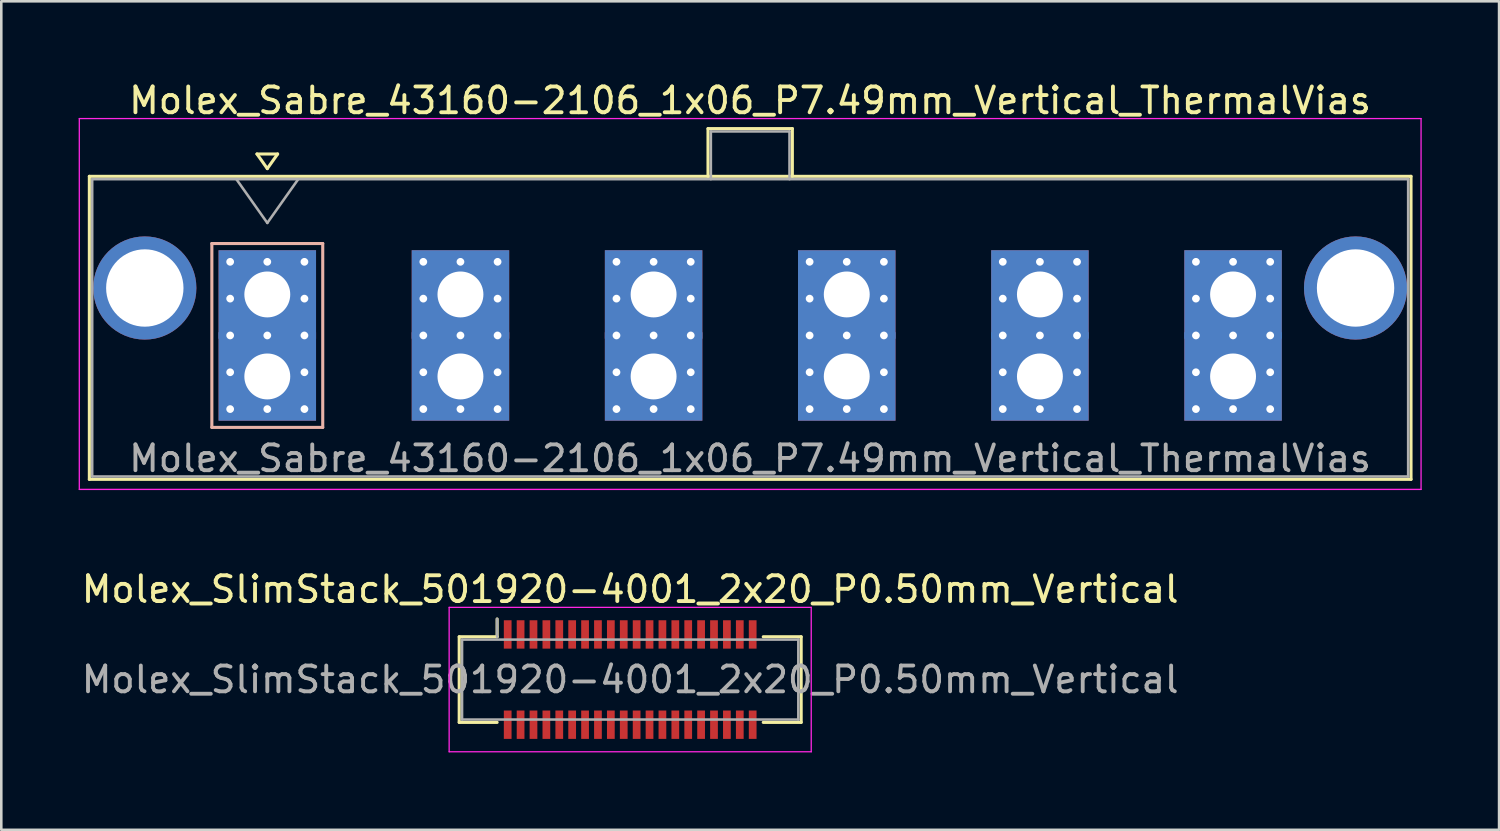
<source format=kicad_pcb>
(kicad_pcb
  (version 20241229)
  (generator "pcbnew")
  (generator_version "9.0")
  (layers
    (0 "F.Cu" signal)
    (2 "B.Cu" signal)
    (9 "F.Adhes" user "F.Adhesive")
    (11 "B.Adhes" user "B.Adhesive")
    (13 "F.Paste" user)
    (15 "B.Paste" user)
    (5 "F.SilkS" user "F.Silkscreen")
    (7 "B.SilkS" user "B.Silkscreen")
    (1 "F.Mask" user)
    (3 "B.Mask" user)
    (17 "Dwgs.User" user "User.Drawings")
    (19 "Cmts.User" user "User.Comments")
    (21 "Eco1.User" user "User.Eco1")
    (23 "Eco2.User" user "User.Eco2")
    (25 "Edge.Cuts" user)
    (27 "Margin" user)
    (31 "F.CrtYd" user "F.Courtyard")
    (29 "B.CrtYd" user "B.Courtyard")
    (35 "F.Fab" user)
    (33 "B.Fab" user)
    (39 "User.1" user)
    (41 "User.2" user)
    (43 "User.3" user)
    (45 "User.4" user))
  (footprint "Molex_Sabre_43160-2106_1x06_P7.49mm_Vertical_ThermalVias"
    (layer "F.Cu")
    (at 7.315 11.548)
    (property "Reference" "Molex_Sabre_43160-2106_1x06_P7.49mm_Vertical_ThermalVias" (at 18.72 -10.7 0) (layer "F.SilkS") (effects (font (size 1 1) (thickness 0.15))))
    (attr through_hole)
    (fp_line (start -6.9 -7.76) (end -6.9 3.99) (stroke (width 0.12) (type solid)) (layer "F.SilkS"))
    (fp_line (start -6.9 3.99) (end 44.35 3.99) (stroke (width 0.12) (type solid)) (layer "F.SilkS"))
    (fp_line (start -0.4 -8.626) (end 0 -8.06) (stroke (width 0.12) (type solid)) (layer "F.SilkS"))
    (fp_line (start 0 -8.06) (end 0.4 -8.626) (stroke (width 0.12) (type solid)) (layer "F.SilkS"))
    (fp_line (start 0.4 -8.626) (end -0.4 -8.626) (stroke (width 0.12) (type solid)) (layer "F.SilkS"))
    (fp_line (start 17.09 -9.61) (end 20.36 -9.61) (stroke (width 0.12) (type solid)) (layer "F.SilkS"))
    (fp_line (start 17.09 -7.76) (end 17.09 -9.61) (stroke (width 0.12) (type solid)) (layer "F.SilkS"))
    (fp_line (start 20.36 -9.61) (end 20.36 -7.76) (stroke (width 0.12) (type solid)) (layer "F.SilkS"))
    (fp_line (start 44.35 -7.76) (end -6.9 -7.76) (stroke (width 0.12) (type solid)) (layer "F.SilkS"))
    (fp_line (start 44.35 3.99) (end 44.35 -7.76) (stroke (width 0.12) (type solid)) (layer "F.SilkS"))
    (fp_line (start -2.15 -5.155) (end -2.15 1.975) (stroke (width 0.12) (type solid)) (layer "B.SilkS"))
    (fp_line (start -2.15 1.975) (end 2.15 1.975) (stroke (width 0.12) (type solid)) (layer "B.SilkS"))
    (fp_line (start 2.15 -5.155) (end -2.15 -5.155) (stroke (width 0.12) (type solid)) (layer "B.SilkS"))
    (fp_line (start 2.15 1.975) (end 2.15 -5.155) (stroke (width 0.12) (type solid)) (layer "B.SilkS"))
    (fp_line (start -7.29 -10) (end -7.29 4.38) (stroke (width 0.05) (type solid)) (layer "F.CrtYd"))
    (fp_line (start -7.29 4.38) (end 44.74 4.38) (stroke (width 0.05) (type solid)) (layer "F.CrtYd"))
    (fp_line (start 44.74 -10) (end -7.29 -10) (stroke (width 0.05) (type solid)) (layer "F.CrtYd"))
    (fp_line (start 44.74 4.38) (end 44.74 -10) (stroke (width 0.05) (type solid)) (layer "F.CrtYd"))
    (fp_line (start -6.79 -7.65) (end -6.79 3.88) (stroke (width 0.1) (type solid)) (layer "F.Fab"))
    (fp_line (start -6.79 3.88) (end 44.24 3.88) (stroke (width 0.1) (type solid)) (layer "F.Fab"))
    (fp_line (start -1.2 -7.65) (end 0 -5.953) (stroke (width 0.1) (type solid)) (layer "F.Fab"))
    (fp_line (start 0 -5.953) (end 1.2 -7.65) (stroke (width 0.1) (type solid)) (layer "F.Fab"))
    (fp_line (start 17.2 -9.5) (end 20.25 -9.5) (stroke (width 0.1) (type solid)) (layer "F.Fab"))
    (fp_line (start 17.2 -7.65) (end 17.2 -9.5) (stroke (width 0.1) (type solid)) (layer "F.Fab"))
    (fp_line (start 20.25 -9.5) (end 20.25 -7.65) (stroke (width 0.1) (type solid)) (layer "F.Fab"))
    (fp_line (start 44.24 -7.65) (end -6.79 -7.65) (stroke (width 0.1) (type solid)) (layer "F.Fab"))
    (fp_line (start 44.24 3.88) (end 44.24 -7.65) (stroke (width 0.1) (type solid)) (layer "F.Fab"))
    (fp_text user "${REFERENCE}" (at 18.72 3.18 0) (layer "F.Fab") (effects (font (size 1 1) (thickness 0.15))))
    (pad "" thru_hole circle (at -4.75 -3.43) (size 4 4) (drill 3) (layers "*.Cu" "*.Mask"))
    (pad "" thru_hole circle (at 42.2 -3.43) (size 4 4) (drill 3) (layers "*.Cu" "*.Mask"))
    (pad "1" thru_hole rect (at -1.44 -4.445) (size 0.6 0.6) (drill 0.3) (layers "*.Cu" "*.Mask"))
    (pad "1" thru_hole rect (at -1.44 -3.018) (size 0.6 0.6) (drill 0.3) (layers "*.Cu" "*.Mask"))
    (pad "1" thru_hole rect (at -1.44 -1.59) (size 0.6 0.6) (drill 0.3) (layers "*.Cu" "*.Mask"))
    (pad "1" thru_hole rect (at -1.44 -0.163) (size 0.6 0.6) (drill 0.3) (layers "*.Cu" "*.Mask"))
    (pad "1" thru_hole rect (at -1.44 1.265) (size 0.6 0.6) (drill 0.3) (layers "*.Cu" "*.Mask"))
    (pad "1" thru_hole rect (at 0 -4.445) (size 0.6 0.6) (drill 0.3) (layers "*.Cu" "*.Mask"))
    (pad "1" thru_hole rect (at 0 -3.18) (size 3.78 3.43) (drill 1.78) (layers "*.Cu" "*.Mask"))
    (pad "1" thru_hole rect (at 0 -1.59) (size 0.6 0.6) (drill 0.3) (layers "*.Cu" "*.Mask"))
    (pad "1" thru_hole rect (at 0 0) (size 3.78 3.43) (drill 1.78) (layers "*.Cu" "*.Mask"))
    (pad "1" thru_hole rect (at 0 1.265) (size 0.6 0.6) (drill 0.3) (layers "*.Cu" "*.Mask"))
    (pad "1" thru_hole rect (at 1.44 -4.445) (size 0.6 0.6) (drill 0.3) (layers "*.Cu" "*.Mask"))
    (pad "1" thru_hole rect (at 1.44 -3.018) (size 0.6 0.6) (drill 0.3) (layers "*.Cu" "*.Mask"))
    (pad "1" thru_hole rect (at 1.44 -1.59) (size 0.6 0.6) (drill 0.3) (layers "*.Cu" "*.Mask"))
    (pad "1" thru_hole rect (at 1.44 -0.163) (size 0.6 0.6) (drill 0.3) (layers "*.Cu" "*.Mask"))
    (pad "1" thru_hole rect (at 1.44 1.265) (size 0.6 0.6) (drill 0.3) (layers "*.Cu" "*.Mask"))
    (pad "2" thru_hole circle (at 6.05 -4.445) (size 0.6 0.6) (drill 0.3) (layers "*.Cu" "*.Mask"))
    (pad "2" thru_hole circle (at 6.05 -3.018) (size 0.6 0.6) (drill 0.3) (layers "*.Cu" "*.Mask"))
    (pad "2" thru_hole circle (at 6.05 -1.59) (size 0.6 0.6) (drill 0.3) (layers "*.Cu" "*.Mask"))
    (pad "2" thru_hole circle (at 6.05 -0.163) (size 0.6 0.6) (drill 0.3) (layers "*.Cu" "*.Mask"))
    (pad "2" thru_hole circle (at 6.05 1.265) (size 0.6 0.6) (drill 0.3) (layers "*.Cu" "*.Mask"))
    (pad "2" thru_hole circle (at 7.49 -4.445) (size 0.6 0.6) (drill 0.3) (layers "*.Cu" "*.Mask"))
    (pad "2" thru_hole rect (at 7.49 -3.18) (size 3.78 3.43) (drill 1.78) (layers "*.Cu" "*.Mask"))
    (pad "2" thru_hole circle (at 7.49 -1.59) (size 0.6 0.6) (drill 0.3) (layers "*.Cu" "*.Mask"))
    (pad "2" thru_hole rect (at 7.49 0) (size 3.78 3.43) (drill 1.78) (layers "*.Cu" "*.Mask"))
    (pad "2" thru_hole circle (at 7.49 1.265) (size 0.6 0.6) (drill 0.3) (layers "*.Cu" "*.Mask"))
    (pad "2" thru_hole circle (at 8.93 -4.445) (size 0.6 0.6) (drill 0.3) (layers "*.Cu" "*.Mask"))
    (pad "2" thru_hole circle (at 8.93 -3.018) (size 0.6 0.6) (drill 0.3) (layers "*.Cu" "*.Mask"))
    (pad "2" thru_hole circle (at 8.93 -1.59) (size 0.6 0.6) (drill 0.3) (layers "*.Cu" "*.Mask"))
    (pad "2" thru_hole circle (at 8.93 -0.163) (size 0.6 0.6) (drill 0.3) (layers "*.Cu" "*.Mask"))
    (pad "2" thru_hole circle (at 8.93 1.265) (size 0.6 0.6) (drill 0.3) (layers "*.Cu" "*.Mask"))
    (pad "3" thru_hole circle (at 13.54 -4.445) (size 0.6 0.6) (drill 0.3) (layers "*.Cu" "*.Mask"))
    (pad "3" thru_hole circle (at 13.54 -3.018) (size 0.6 0.6) (drill 0.3) (layers "*.Cu" "*.Mask"))
    (pad "3" thru_hole circle (at 13.54 -1.59) (size 0.6 0.6) (drill 0.3) (layers "*.Cu" "*.Mask"))
    (pad "3" thru_hole circle (at 13.54 -0.163) (size 0.6 0.6) (drill 0.3) (layers "*.Cu" "*.Mask"))
    (pad "3" thru_hole circle (at 13.54 1.265) (size 0.6 0.6) (drill 0.3) (layers "*.Cu" "*.Mask"))
    (pad "3" thru_hole circle (at 14.98 -4.445) (size 0.6 0.6) (drill 0.3) (layers "*.Cu" "*.Mask"))
    (pad "3" thru_hole rect (at 14.98 -3.18) (size 3.78 3.43) (drill 1.78) (layers "*.Cu" "*.Mask"))
    (pad "3" thru_hole circle (at 14.98 -1.59) (size 0.6 0.6) (drill 0.3) (layers "*.Cu" "*.Mask"))
    (pad "3" thru_hole rect (at 14.98 0) (size 3.78 3.43) (drill 1.78) (layers "*.Cu" "*.Mask"))
    (pad "3" thru_hole circle (at 14.98 1.265) (size 0.6 0.6) (drill 0.3) (layers "*.Cu" "*.Mask"))
    (pad "3" thru_hole circle (at 16.42 -4.445) (size 0.6 0.6) (drill 0.3) (layers "*.Cu" "*.Mask"))
    (pad "3" thru_hole circle (at 16.42 -3.018) (size 0.6 0.6) (drill 0.3) (layers "*.Cu" "*.Mask"))
    (pad "3" thru_hole circle (at 16.42 -1.59) (size 0.6 0.6) (drill 0.3) (layers "*.Cu" "*.Mask"))
    (pad "3" thru_hole circle (at 16.42 -0.163) (size 0.6 0.6) (drill 0.3) (layers "*.Cu" "*.Mask"))
    (pad "3" thru_hole circle (at 16.42 1.265) (size 0.6 0.6) (drill 0.3) (layers "*.Cu" "*.Mask"))
    (pad "4" thru_hole circle (at 21.03 -4.445) (size 0.6 0.6) (drill 0.3) (layers "*.Cu" "*.Mask"))
    (pad "4" thru_hole circle (at 21.03 -3.018) (size 0.6 0.6) (drill 0.3) (layers "*.Cu" "*.Mask"))
    (pad "4" thru_hole circle (at 21.03 -1.59) (size 0.6 0.6) (drill 0.3) (layers "*.Cu" "*.Mask"))
    (pad "4" thru_hole circle (at 21.03 -0.163) (size 0.6 0.6) (drill 0.3) (layers "*.Cu" "*.Mask"))
    (pad "4" thru_hole circle (at 21.03 1.265) (size 0.6 0.6) (drill 0.3) (layers "*.Cu" "*.Mask"))
    (pad "4" thru_hole circle (at 22.47 -4.445) (size 0.6 0.6) (drill 0.3) (layers "*.Cu" "*.Mask"))
    (pad "4" thru_hole rect (at 22.47 -3.18) (size 3.78 3.43) (drill 1.78) (layers "*.Cu" "*.Mask"))
    (pad "4" thru_hole circle (at 22.47 -1.59) (size 0.6 0.6) (drill 0.3) (layers "*.Cu" "*.Mask"))
    (pad "4" thru_hole rect (at 22.47 0) (size 3.78 3.43) (drill 1.78) (layers "*.Cu" "*.Mask"))
    (pad "4" thru_hole circle (at 22.47 1.265) (size 0.6 0.6) (drill 0.3) (layers "*.Cu" "*.Mask"))
    (pad "4" thru_hole circle (at 23.91 -4.445) (size 0.6 0.6) (drill 0.3) (layers "*.Cu" "*.Mask"))
    (pad "4" thru_hole circle (at 23.91 -3.018) (size 0.6 0.6) (drill 0.3) (layers "*.Cu" "*.Mask"))
    (pad "4" thru_hole circle (at 23.91 -1.59) (size 0.6 0.6) (drill 0.3) (layers "*.Cu" "*.Mask"))
    (pad "4" thru_hole circle (at 23.91 -0.163) (size 0.6 0.6) (drill 0.3) (layers "*.Cu" "*.Mask"))
    (pad "4" thru_hole circle (at 23.91 1.265) (size 0.6 0.6) (drill 0.3) (layers "*.Cu" "*.Mask"))
    (pad "5" thru_hole circle (at 28.52 -4.445) (size 0.6 0.6) (drill 0.3) (layers "*.Cu" "*.Mask"))
    (pad "5" thru_hole circle (at 28.52 -3.018) (size 0.6 0.6) (drill 0.3) (layers "*.Cu" "*.Mask"))
    (pad "5" thru_hole circle (at 28.52 -1.59) (size 0.6 0.6) (drill 0.3) (layers "*.Cu" "*.Mask"))
    (pad "5" thru_hole circle (at 28.52 -0.163) (size 0.6 0.6) (drill 0.3) (layers "*.Cu" "*.Mask"))
    (pad "5" thru_hole circle (at 28.52 1.265) (size 0.6 0.6) (drill 0.3) (layers "*.Cu" "*.Mask"))
    (pad "5" thru_hole circle (at 29.96 -4.445) (size 0.6 0.6) (drill 0.3) (layers "*.Cu" "*.Mask"))
    (pad "5" thru_hole rect (at 29.96 -3.18) (size 3.78 3.43) (drill 1.78) (layers "*.Cu" "*.Mask"))
    (pad "5" thru_hole circle (at 29.96 -1.59) (size 0.6 0.6) (drill 0.3) (layers "*.Cu" "*.Mask"))
    (pad "5" thru_hole rect (at 29.96 0) (size 3.78 3.43) (drill 1.78) (layers "*.Cu" "*.Mask"))
    (pad "5" thru_hole circle (at 29.96 1.265) (size 0.6 0.6) (drill 0.3) (layers "*.Cu" "*.Mask"))
    (pad "5" thru_hole circle (at 31.4 -4.445) (size 0.6 0.6) (drill 0.3) (layers "*.Cu" "*.Mask"))
    (pad "5" thru_hole circle (at 31.4 -3.018) (size 0.6 0.6) (drill 0.3) (layers "*.Cu" "*.Mask"))
    (pad "5" thru_hole circle (at 31.4 -1.59) (size 0.6 0.6) (drill 0.3) (layers "*.Cu" "*.Mask"))
    (pad "5" thru_hole circle (at 31.4 -0.163) (size 0.6 0.6) (drill 0.3) (layers "*.Cu" "*.Mask"))
    (pad "5" thru_hole circle (at 31.4 1.265) (size 0.6 0.6) (drill 0.3) (layers "*.Cu" "*.Mask"))
    (pad "6" thru_hole circle (at 36.01 -4.445) (size 0.6 0.6) (drill 0.3) (layers "*.Cu" "*.Mask"))
    (pad "6" thru_hole circle (at 36.01 -3.018) (size 0.6 0.6) (drill 0.3) (layers "*.Cu" "*.Mask"))
    (pad "6" thru_hole circle (at 36.01 -1.59) (size 0.6 0.6) (drill 0.3) (layers "*.Cu" "*.Mask"))
    (pad "6" thru_hole circle (at 36.01 -0.163) (size 0.6 0.6) (drill 0.3) (layers "*.Cu" "*.Mask"))
    (pad "6" thru_hole circle (at 36.01 1.265) (size 0.6 0.6) (drill 0.3) (layers "*.Cu" "*.Mask"))
    (pad "6" thru_hole circle (at 37.45 -4.445) (size 0.6 0.6) (drill 0.3) (layers "*.Cu" "*.Mask"))
    (pad "6" thru_hole rect (at 37.45 -3.18) (size 3.78 3.43) (drill 1.78) (layers "*.Cu" "*.Mask"))
    (pad "6" thru_hole circle (at 37.45 -1.59) (size 0.6 0.6) (drill 0.3) (layers "*.Cu" "*.Mask"))
    (pad "6" thru_hole rect (at 37.45 0) (size 3.78 3.43) (drill 1.78) (layers "*.Cu" "*.Mask"))
    (pad "6" thru_hole circle (at 37.45 1.265) (size 0.6 0.6) (drill 0.3) (layers "*.Cu" "*.Mask"))
    (pad "6" thru_hole circle (at 38.89 -4.445) (size 0.6 0.6) (drill 0.3) (layers "*.Cu" "*.Mask"))
    (pad "6" thru_hole circle (at 38.89 -3.018) (size 0.6 0.6) (drill 0.3) (layers "*.Cu" "*.Mask"))
    (pad "6" thru_hole circle (at 38.89 -1.59) (size 0.6 0.6) (drill 0.3) (layers "*.Cu" "*.Mask"))
    (pad "6" thru_hole circle (at 38.89 -0.163) (size 0.6 0.6) (drill 0.3) (layers "*.Cu" "*.Mask"))
    (pad "6" thru_hole circle (at 38.89 1.265) (size 0.6 0.6) (drill 0.3) (layers "*.Cu" "*.Mask")))
  (footprint "Molex_SlimStack_501920-4001_2x20_P0.50mm_Vertical"
    (layer "F.Cu")
    (at 21.387 23.302)
    (property "Reference" "Molex_SlimStack_501920-4001_2x20_P0.50mm_Vertical" (at 0 -3.5 0) (layer "F.SilkS") (effects (font (size 1 1) (thickness 0.15))))
    (attr smd)
    (fp_line (start -6.63 -1.66) (end -5.16 -1.66) (stroke (width 0.12) (type solid)) (layer "F.SilkS"))
    (fp_line (start -6.63 1.66) (end -6.63 -1.66) (stroke (width 0.12) (type solid)) (layer "F.SilkS"))
    (fp_line (start -5.16 -1.66) (end -5.16 -2.35) (stroke (width 0.12) (type solid)) (layer "F.SilkS"))
    (fp_line (start -5.16 1.66) (end -6.63 1.66) (stroke (width 0.12) (type solid)) (layer "F.SilkS"))
    (fp_line (start 5.16 1.66) (end 6.63 1.66) (stroke (width 0.12) (type solid)) (layer "F.SilkS"))
    (fp_line (start 6.63 -1.66) (end 5.16 -1.66) (stroke (width 0.12) (type solid)) (layer "F.SilkS"))
    (fp_line (start 6.63 1.66) (end 6.63 -1.66) (stroke (width 0.12) (type solid)) (layer "F.SilkS"))
    (fp_line (start -7.02 -2.8) (end -7.02 2.8) (stroke (width 0.05) (type solid)) (layer "F.CrtYd"))
    (fp_line (start -7.02 2.8) (end 7.02 2.8) (stroke (width 0.05) (type solid)) (layer "F.CrtYd"))
    (fp_line (start 7.02 -2.8) (end -7.02 -2.8) (stroke (width 0.05) (type solid)) (layer "F.CrtYd"))
    (fp_line (start 7.02 2.8) (end 7.02 -2.8) (stroke (width 0.05) (type solid)) (layer "F.CrtYd"))
    (fp_line (start -6.52 -1.55) (end -6.52 1.55) (stroke (width 0.1) (type solid)) (layer "F.Fab"))
    (fp_line (start -6.52 1.55) (end 6.52 1.55) (stroke (width 0.1) (type solid)) (layer "F.Fab"))
    (fp_line (start -5.16 -1.66) (end -5.16 -2.35) (stroke (width 0.1) (type solid)) (layer "F.Fab"))
    (fp_line (start 6.52 -1.55) (end -6.52 -1.55) (stroke (width 0.1) (type solid)) (layer "F.Fab"))
    (fp_line (start 6.52 1.55) (end 6.52 -1.55) (stroke (width 0.1) (type solid)) (layer "F.Fab"))
    (fp_text user "${REFERENCE}" (at 0 0 0) (layer "F.Fab") (effects (font (size 1 1) (thickness 0.15))))
    (pad "1" smd rect (at -4.75 -1.75) (size 0.3 1.1) (layers "F.Cu" "F.Mask" "F.Paste"))
    (pad "2" smd rect (at -4.75 1.75) (size 0.3 1.1) (layers "F.Cu" "F.Mask" "F.Paste"))
    (pad "3" smd rect (at -4.25 -1.75) (size 0.3 1.1) (layers "F.Cu" "F.Mask" "F.Paste"))
    (pad "4" smd rect (at -4.25 1.75) (size 0.3 1.1) (layers "F.Cu" "F.Mask" "F.Paste"))
    (pad "5" smd rect (at -3.75 -1.75) (size 0.3 1.1) (layers "F.Cu" "F.Mask" "F.Paste"))
    (pad "6" smd rect (at -3.75 1.75) (size 0.3 1.1) (layers "F.Cu" "F.Mask" "F.Paste"))
    (pad "7" smd rect (at -3.25 -1.75) (size 0.3 1.1) (layers "F.Cu" "F.Mask" "F.Paste"))
    (pad "8" smd rect (at -3.25 1.75) (size 0.3 1.1) (layers "F.Cu" "F.Mask" "F.Paste"))
    (pad "9" smd rect (at -2.75 -1.75) (size 0.3 1.1) (layers "F.Cu" "F.Mask" "F.Paste"))
    (pad "10" smd rect (at -2.75 1.75) (size 0.3 1.1) (layers "F.Cu" "F.Mask" "F.Paste"))
    (pad "11" smd rect (at -2.25 -1.75) (size 0.3 1.1) (layers "F.Cu" "F.Mask" "F.Paste"))
    (pad "12" smd rect (at -2.25 1.75) (size 0.3 1.1) (layers "F.Cu" "F.Mask" "F.Paste"))
    (pad "13" smd rect (at -1.75 -1.75) (size 0.3 1.1) (layers "F.Cu" "F.Mask" "F.Paste"))
    (pad "14" smd rect (at -1.75 1.75) (size 0.3 1.1) (layers "F.Cu" "F.Mask" "F.Paste"))
    (pad "15" smd rect (at -1.25 -1.75) (size 0.3 1.1) (layers "F.Cu" "F.Mask" "F.Paste"))
    (pad "16" smd rect (at -1.25 1.75) (size 0.3 1.1) (layers "F.Cu" "F.Mask" "F.Paste"))
    (pad "17" smd rect (at -0.75 -1.75) (size 0.3 1.1) (layers "F.Cu" "F.Mask" "F.Paste"))
    (pad "18" smd rect (at -0.75 1.75) (size 0.3 1.1) (layers "F.Cu" "F.Mask" "F.Paste"))
    (pad "19" smd rect (at -0.25 -1.75) (size 0.3 1.1) (layers "F.Cu" "F.Mask" "F.Paste"))
    (pad "20" smd rect (at -0.25 1.75) (size 0.3 1.1) (layers "F.Cu" "F.Mask" "F.Paste"))
    (pad "21" smd rect (at 0.25 -1.75) (size 0.3 1.1) (layers "F.Cu" "F.Mask" "F.Paste"))
    (pad "22" smd rect (at 0.25 1.75) (size 0.3 1.1) (layers "F.Cu" "F.Mask" "F.Paste"))
    (pad "23" smd rect (at 0.75 -1.75) (size 0.3 1.1) (layers "F.Cu" "F.Mask" "F.Paste"))
    (pad "24" smd rect (at 0.75 1.75) (size 0.3 1.1) (layers "F.Cu" "F.Mask" "F.Paste"))
    (pad "25" smd rect (at 1.25 -1.75) (size 0.3 1.1) (layers "F.Cu" "F.Mask" "F.Paste"))
    (pad "26" smd rect (at 1.25 1.75) (size 0.3 1.1) (layers "F.Cu" "F.Mask" "F.Paste"))
    (pad "27" smd rect (at 1.75 -1.75) (size 0.3 1.1) (layers "F.Cu" "F.Mask" "F.Paste"))
    (pad "28" smd rect (at 1.75 1.75) (size 0.3 1.1) (layers "F.Cu" "F.Mask" "F.Paste"))
    (pad "29" smd rect (at 2.25 -1.75) (size 0.3 1.1) (layers "F.Cu" "F.Mask" "F.Paste"))
    (pad "30" smd rect (at 2.25 1.75) (size 0.3 1.1) (layers "F.Cu" "F.Mask" "F.Paste"))
    (pad "31" smd rect (at 2.75 -1.75) (size 0.3 1.1) (layers "F.Cu" "F.Mask" "F.Paste"))
    (pad "32" smd rect (at 2.75 1.75) (size 0.3 1.1) (layers "F.Cu" "F.Mask" "F.Paste"))
    (pad "33" smd rect (at 3.25 -1.75) (size 0.3 1.1) (layers "F.Cu" "F.Mask" "F.Paste"))
    (pad "34" smd rect (at 3.25 1.75) (size 0.3 1.1) (layers "F.Cu" "F.Mask" "F.Paste"))
    (pad "35" smd rect (at 3.75 -1.75) (size 0.3 1.1) (layers "F.Cu" "F.Mask" "F.Paste"))
    (pad "36" smd rect (at 3.75 1.75) (size 0.3 1.1) (layers "F.Cu" "F.Mask" "F.Paste"))
    (pad "37" smd rect (at 4.25 -1.75) (size 0.3 1.1) (layers "F.Cu" "F.Mask" "F.Paste"))
    (pad "38" smd rect (at 4.25 1.75) (size 0.3 1.1) (layers "F.Cu" "F.Mask" "F.Paste"))
    (pad "39" smd rect (at 4.75 -1.75) (size 0.3 1.1) (layers "F.Cu" "F.Mask" "F.Paste"))
    (pad "40" smd rect (at 4.75 1.75) (size 0.3 1.1) (layers "F.Cu" "F.Mask" "F.Paste")))
  (gr_rect
    (start -3 -3)
    (end 55.08 29.127)
    (stroke (width 0.1) (type default))
    (fill no)
    (layer "Edge.Cuts")))
</source>
